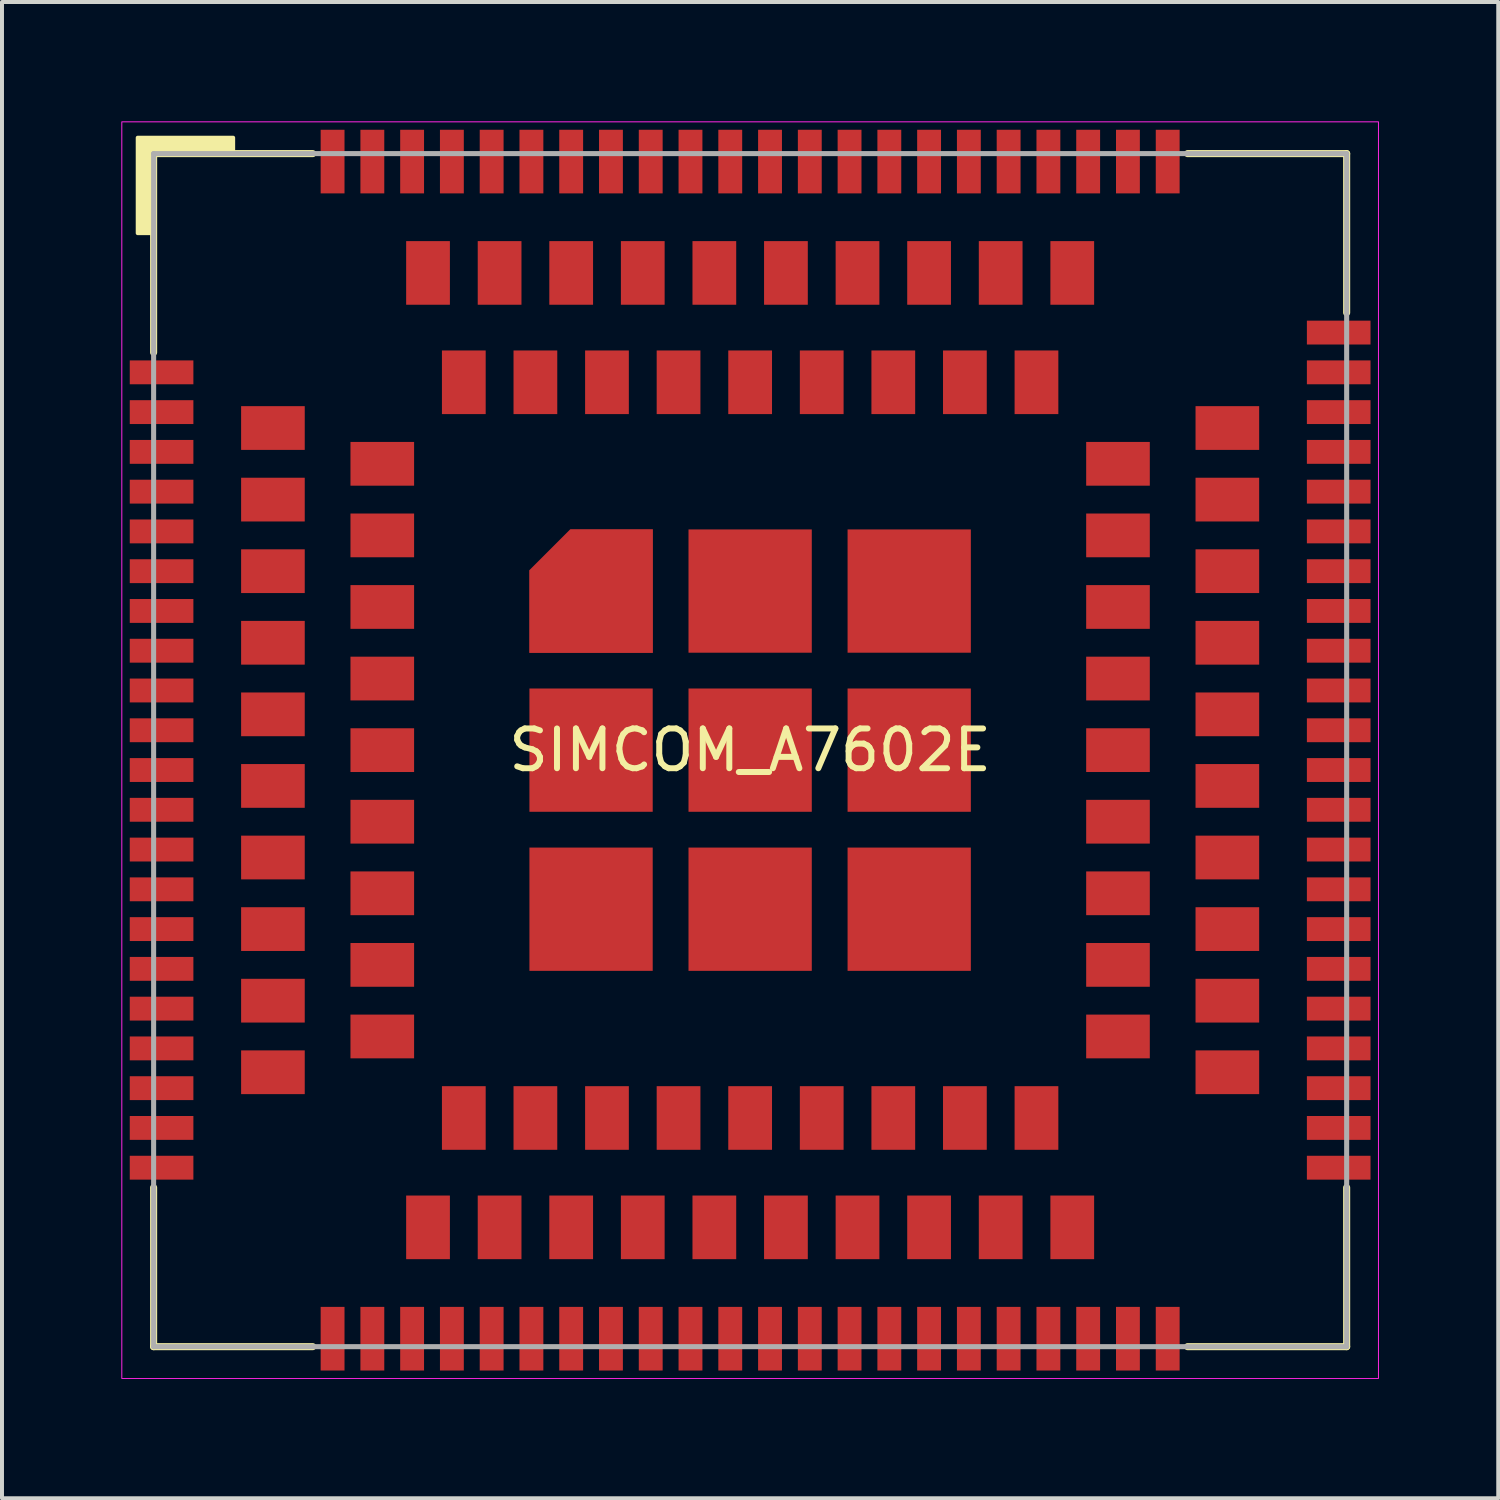
<source format=kicad_pcb>
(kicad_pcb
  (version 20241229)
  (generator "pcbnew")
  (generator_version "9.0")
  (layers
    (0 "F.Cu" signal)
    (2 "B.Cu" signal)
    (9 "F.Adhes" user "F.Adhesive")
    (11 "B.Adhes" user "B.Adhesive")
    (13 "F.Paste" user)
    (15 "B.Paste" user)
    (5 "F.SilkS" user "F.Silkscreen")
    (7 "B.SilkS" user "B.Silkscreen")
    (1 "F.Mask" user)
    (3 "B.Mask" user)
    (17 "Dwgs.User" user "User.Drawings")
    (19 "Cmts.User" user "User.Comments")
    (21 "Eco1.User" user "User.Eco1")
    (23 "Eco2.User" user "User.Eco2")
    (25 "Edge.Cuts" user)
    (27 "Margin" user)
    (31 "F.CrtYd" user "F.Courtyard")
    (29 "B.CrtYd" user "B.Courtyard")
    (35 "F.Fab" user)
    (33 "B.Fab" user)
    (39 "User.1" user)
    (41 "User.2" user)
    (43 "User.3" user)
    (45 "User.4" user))
  (footprint "SIMCOM_A7602E"
    (layer "F.Cu")
    (at 15.813 15.813)
    (property "Reference" "SIMCOM_A7602E" (at 0 0 0) (layer "F.SilkS") (effects (font (size 1 1) (thickness 0.15))))
    (attr smd)
    (fp_line (start -15 -15) (end -11 -15) (stroke (width 0.178) (type solid)) (layer "F.SilkS"))
    (fp_line (start -15 -10) (end -15 -15) (stroke (width 0.178) (type solid)) (layer "F.SilkS"))
    (fp_line (start -15 15) (end -15 11) (stroke (width 0.178) (type solid)) (layer "F.SilkS"))
    (fp_line (start -11 15) (end -15 15) (stroke (width 0.178) (type solid)) (layer "F.SilkS"))
    (fp_line (start 11 -15) (end 15 -15) (stroke (width 0.178) (type solid)) (layer "F.SilkS"))
    (fp_line (start 15 -15) (end 15 -11) (stroke (width 0.178) (type solid)) (layer "F.SilkS"))
    (fp_line (start 15 15) (end 11 15) (stroke (width 0.178) (type solid)) (layer "F.SilkS"))
    (fp_line (start 15 15) (end 15 11) (stroke (width 0.178) (type solid)) (layer "F.SilkS"))
    (fp_poly (pts (xy -15 -13) (xy -15.4 -13) (xy -15.4 -15.4) (xy -13 -15.4) (xy -13 -15) (xy -15 -15)) (stroke (width 0.1) (type solid)) (fill yes) (layer "F.SilkS"))
    (fp_rect (start -15.8 -15.8) (end 15.8 15.8) (stroke (width 0.025) (type solid)) (fill no) (layer "F.CrtYd"))
    (fp_line (start -15 -15) (end 15 -15) (stroke (width 0.127) (type solid)) (layer "F.Fab"))
    (fp_line (start -15 15) (end -15 -15) (stroke (width 0.127) (type solid)) (layer "F.Fab"))
    (fp_line (start 15 -15) (end 15 15) (stroke (width 0.127) (type solid)) (layer "F.Fab"))
    (fp_line (start 15 15) (end -15 15) (stroke (width 0.127) (type solid)) (layer "F.Fab"))
    (pad "1" smd rect (at -14.8 -9.5) (size 1.6 0.6) (layers "F.Cu" "F.Mask" "F.Paste"))
    (pad "2" smd rect (at -14.8 -8.5) (size 1.6 0.6) (layers "F.Cu" "F.Mask" "F.Paste"))
    (pad "3" smd rect (at -14.8 -7.5) (size 1.6 0.6) (layers "F.Cu" "F.Mask" "F.Paste"))
    (pad "4" smd rect (at -14.8 -6.5) (size 1.6 0.6) (layers "F.Cu" "F.Mask" "F.Paste"))
    (pad "5" smd rect (at -14.8 -5.5) (size 1.6 0.6) (layers "F.Cu" "F.Mask" "F.Paste"))
    (pad "6" smd rect (at -14.8 -4.5) (size 1.6 0.6) (layers "F.Cu" "F.Mask" "F.Paste"))
    (pad "7" smd rect (at -14.8 -3.5) (size 1.6 0.6) (layers "F.Cu" "F.Mask" "F.Paste"))
    (pad "8" smd rect (at -14.8 -2.5) (size 1.6 0.6) (layers "F.Cu" "F.Mask" "F.Paste"))
    (pad "9" smd rect (at -14.8 -1.5) (size 1.6 0.6) (layers "F.Cu" "F.Mask" "F.Paste"))
    (pad "10" smd rect (at -14.8 -0.5) (size 1.6 0.6) (layers "F.Cu" "F.Mask" "F.Paste"))
    (pad "11" smd rect (at -14.8 0.5) (size 1.6 0.6) (layers "F.Cu" "F.Mask" "F.Paste"))
    (pad "12" smd rect (at -14.8 1.5) (size 1.6 0.6) (layers "F.Cu" "F.Mask" "F.Paste"))
    (pad "13" smd rect (at -14.8 2.5) (size 1.6 0.6) (layers "F.Cu" "F.Mask" "F.Paste"))
    (pad "14" smd rect (at -14.8 3.5) (size 1.6 0.6) (layers "F.Cu" "F.Mask" "F.Paste"))
    (pad "15" smd rect (at -14.8 4.5) (size 1.6 0.6) (layers "F.Cu" "F.Mask" "F.Paste"))
    (pad "16" smd rect (at -14.8 5.5) (size 1.6 0.6) (layers "F.Cu" "F.Mask" "F.Paste"))
    (pad "17" smd rect (at -14.8 6.5) (size 1.6 0.6) (layers "F.Cu" "F.Mask" "F.Paste"))
    (pad "18" smd rect (at -14.8 7.5) (size 1.6 0.6) (layers "F.Cu" "F.Mask" "F.Paste"))
    (pad "19" smd rect (at -14.8 8.5) (size 1.6 0.6) (layers "F.Cu" "F.Mask" "F.Paste"))
    (pad "20" smd rect (at -14.8 9.5) (size 1.6 0.6) (layers "F.Cu" "F.Mask" "F.Paste"))
    (pad "21" smd rect (at -9.5 14.8) (size 0.6 1.6) (layers "F.Cu" "F.Mask" "F.Paste"))
    (pad "22" smd rect (at -8.5 14.8) (size 0.6 1.6) (layers "F.Cu" "F.Mask" "F.Paste"))
    (pad "23" smd rect (at -7.5 14.8) (size 0.6 1.6) (layers "F.Cu" "F.Mask" "F.Paste"))
    (pad "24" smd rect (at -6.5 14.8) (size 0.6 1.6) (layers "F.Cu" "F.Mask" "F.Paste"))
    (pad "25" smd rect (at -5.5 14.8) (size 0.6 1.6) (layers "F.Cu" "F.Mask" "F.Paste"))
    (pad "26" smd rect (at -4.5 14.8) (size 0.6 1.6) (layers "F.Cu" "F.Mask" "F.Paste"))
    (pad "27" smd rect (at -3.5 14.8) (size 0.6 1.6) (layers "F.Cu" "F.Mask" "F.Paste"))
    (pad "28" smd rect (at -2.5 14.8) (size 0.6 1.6) (layers "F.Cu" "F.Mask" "F.Paste"))
    (pad "29" smd rect (at -1.5 14.8) (size 0.6 1.6) (layers "F.Cu" "F.Mask" "F.Paste"))
    (pad "30" smd rect (at -0.5 14.8) (size 0.6 1.6) (layers "F.Cu" "F.Mask" "F.Paste"))
    (pad "31" smd rect (at 0.5 14.8) (size 0.6 1.6) (layers "F.Cu" "F.Mask" "F.Paste"))
    (pad "32" smd rect (at 1.5 14.8) (size 0.6 1.6) (layers "F.Cu" "F.Mask" "F.Paste"))
    (pad "33" smd rect (at 2.5 14.8) (size 0.6 1.6) (layers "F.Cu" "F.Mask" "F.Paste"))
    (pad "34" smd rect (at 3.5 14.8) (size 0.6 1.6) (layers "F.Cu" "F.Mask" "F.Paste"))
    (pad "35" smd rect (at 4.5 14.8) (size 0.6 1.6) (layers "F.Cu" "F.Mask" "F.Paste"))
    (pad "36" smd rect (at 5.5 14.8) (size 0.6 1.6) (layers "F.Cu" "F.Mask" "F.Paste"))
    (pad "37" smd rect (at 6.5 14.8) (size 0.6 1.6) (layers "F.Cu" "F.Mask" "F.Paste"))
    (pad "38" smd rect (at 7.5 14.8) (size 0.6 1.6) (layers "F.Cu" "F.Mask" "F.Paste"))
    (pad "39" smd rect (at 8.5 14.8) (size 0.6 1.6) (layers "F.Cu" "F.Mask" "F.Paste"))
    (pad "40" smd rect (at 9.5 14.8) (size 0.6 1.6) (layers "F.Cu" "F.Mask" "F.Paste"))
    (pad "41" smd rect (at 14.8 9.5) (size 1.6 0.6) (layers "F.Cu" "F.Mask" "F.Paste"))
    (pad "42" smd rect (at 14.8 8.5) (size 1.6 0.6) (layers "F.Cu" "F.Mask" "F.Paste"))
    (pad "43" smd rect (at 14.8 7.5) (size 1.6 0.6) (layers "F.Cu" "F.Mask" "F.Paste"))
    (pad "44" smd rect (at 14.8 6.5) (size 1.6 0.6) (layers "F.Cu" "F.Mask" "F.Paste"))
    (pad "45" smd rect (at 14.8 5.5) (size 1.6 0.6) (layers "F.Cu" "F.Mask" "F.Paste"))
    (pad "46" smd rect (at 14.8 4.5) (size 1.6 0.6) (layers "F.Cu" "F.Mask" "F.Paste"))
    (pad "47" smd rect (at 14.8 3.5) (size 1.6 0.6) (layers "F.Cu" "F.Mask" "F.Paste"))
    (pad "48" smd rect (at 14.8 2.5) (size 1.6 0.6) (layers "F.Cu" "F.Mask" "F.Paste"))
    (pad "49" smd rect (at 14.8 1.5) (size 1.6 0.6) (layers "F.Cu" "F.Mask" "F.Paste"))
    (pad "50" smd rect (at 14.8 0.5) (size 1.6 0.6) (layers "F.Cu" "F.Mask" "F.Paste"))
    (pad "51" smd rect (at 14.8 -0.5) (size 1.6 0.6) (layers "F.Cu" "F.Mask" "F.Paste"))
    (pad "52" smd rect (at 14.8 -1.5) (size 1.6 0.6) (layers "F.Cu" "F.Mask" "F.Paste"))
    (pad "53" smd rect (at 14.8 -2.5) (size 1.6 0.6) (layers "F.Cu" "F.Mask" "F.Paste"))
    (pad "54" smd rect (at 14.8 -3.5) (size 1.6 0.6) (layers "F.Cu" "F.Mask" "F.Paste"))
    (pad "55" smd rect (at 14.8 -4.5) (size 1.6 0.6) (layers "F.Cu" "F.Mask" "F.Paste"))
    (pad "56" smd rect (at 14.8 -5.5) (size 1.6 0.6) (layers "F.Cu" "F.Mask" "F.Paste"))
    (pad "57" smd rect (at 14.8 -6.5) (size 1.6 0.6) (layers "F.Cu" "F.Mask" "F.Paste"))
    (pad "58" smd rect (at 14.8 -7.5) (size 1.6 0.6) (layers "F.Cu" "F.Mask" "F.Paste"))
    (pad "59" smd rect (at 14.8 -8.5) (size 1.6 0.6) (layers "F.Cu" "F.Mask" "F.Paste"))
    (pad "60" smd rect (at 14.8 -9.5) (size 1.6 0.6) (layers "F.Cu" "F.Mask" "F.Paste"))
    (pad "61" smd rect (at 9.5 -14.8) (size 0.6 1.6) (layers "F.Cu" "F.Mask" "F.Paste"))
    (pad "62" smd rect (at 8.5 -14.8) (size 0.6 1.6) (layers "F.Cu" "F.Mask" "F.Paste"))
    (pad "63" smd rect (at 7.5 -14.8) (size 0.6 1.6) (layers "F.Cu" "F.Mask" "F.Paste"))
    (pad "64" smd rect (at 6.5 -14.8) (size 0.6 1.6) (layers "F.Cu" "F.Mask" "F.Paste"))
    (pad "65" smd rect (at 5.5 -14.8) (size 0.6 1.6) (layers "F.Cu" "F.Mask" "F.Paste"))
    (pad "66" smd rect (at 4.5 -14.8) (size 0.6 1.6) (layers "F.Cu" "F.Mask" "F.Paste"))
    (pad "67" smd rect (at 3.5 -14.8) (size 0.6 1.6) (layers "F.Cu" "F.Mask" "F.Paste"))
    (pad "68" smd rect (at 2.5 -14.8) (size 0.6 1.6) (layers "F.Cu" "F.Mask" "F.Paste"))
    (pad "69" smd rect (at 1.5 -14.8) (size 0.6 1.6) (layers "F.Cu" "F.Mask" "F.Paste"))
    (pad "70" smd rect (at 0.5 -14.8) (size 0.6 1.6) (layers "F.Cu" "F.Mask" "F.Paste"))
    (pad "71" smd rect (at -0.5 -14.8) (size 0.6 1.6) (layers "F.Cu" "F.Mask" "F.Paste"))
    (pad "72" smd rect (at -1.5 -14.8) (size 0.6 1.6) (layers "F.Cu" "F.Mask" "F.Paste"))
    (pad "73" smd rect (at -2.5 -14.8) (size 0.6 1.6) (layers "F.Cu" "F.Mask" "F.Paste"))
    (pad "74" smd rect (at -3.5 -14.8) (size 0.6 1.6) (layers "F.Cu" "F.Mask" "F.Paste"))
    (pad "75" smd rect (at -4.5 -14.8) (size 0.6 1.6) (layers "F.Cu" "F.Mask" "F.Paste"))
    (pad "76" smd rect (at -5.5 -14.8) (size 0.6 1.6) (layers "F.Cu" "F.Mask" "F.Paste"))
    (pad "77" smd rect (at -6.5 -14.8) (size 0.6 1.6) (layers "F.Cu" "F.Mask" "F.Paste"))
    (pad "78" smd rect (at -7.5 -14.8) (size 0.6 1.6) (layers "F.Cu" "F.Mask" "F.Paste"))
    (pad "79" smd rect (at -8.5 -14.8) (size 0.6 1.6) (layers "F.Cu" "F.Mask" "F.Paste"))
    (pad "80" smd rect (at -9.5 -14.8) (size 0.6 1.6) (layers "F.Cu" "F.Mask" "F.Paste"))
    (pad "81" smd rect (at -14.8 10.5) (size 1.6 0.6) (layers "F.Cu" "F.Mask" "F.Paste"))
    (pad "82" smd rect (at 14.8 10.5) (size 1.6 0.6) (layers "F.Cu" "F.Mask" "F.Paste"))
    (pad "83" smd rect (at 10.5 14.8) (size 0.6 1.6) (layers "F.Cu" "F.Mask" "F.Paste"))
    (pad "84" smd rect (at -10.5 14.8) (size 0.6 1.6) (layers "F.Cu" "F.Mask" "F.Paste"))
    (pad "85" smd rect (at 14.8 -10.5) (size 1.6 0.6) (layers "F.Cu" "F.Mask" "F.Paste"))
    (pad "86" smd rect (at -10.5 -14.8) (size 0.6 1.6) (layers "F.Cu" "F.Mask" "F.Paste"))
    (pad "87" smd rect (at 10.5 -14.8) (size 0.6 1.6) (layers "F.Cu" "F.Mask" "F.Paste"))
    (pad "88" smd rect (at -12 -6.3) (size 1.6 1.1) (layers "F.Cu" "F.Mask" "F.Paste"))
    (pad "89" smd rect (at -12 -4.5) (size 1.6 1.1) (layers "F.Cu" "F.Mask" "F.Paste"))
    (pad "90" smd rect (at -12 -2.7) (size 1.6 1.1) (layers "F.Cu" "F.Mask" "F.Paste"))
    (pad "91" smd rect (at -12 -0.9) (size 1.6 1.1) (layers "F.Cu" "F.Mask" "F.Paste"))
    (pad "92" smd rect (at -12 0.9) (size 1.6 1.1) (layers "F.Cu" "F.Mask" "F.Paste"))
    (pad "93" smd rect (at -12 2.7) (size 1.6 1.1) (layers "F.Cu" "F.Mask" "F.Paste"))
    (pad "94" smd rect (at -12 4.5) (size 1.6 1.1) (layers "F.Cu" "F.Mask" "F.Paste"))
    (pad "95" smd rect (at -12 6.3) (size 1.6 1.1) (layers "F.Cu" "F.Mask" "F.Paste"))
    (pad "96" smd rect (at -6.3 12) (size 1.1 1.6) (layers "F.Cu" "F.Mask" "F.Paste"))
    (pad "97" smd rect (at -4.5 12) (size 1.1 1.6) (layers "F.Cu" "F.Mask" "F.Paste"))
    (pad "98" smd rect (at -2.7 12) (size 1.1 1.6) (layers "F.Cu" "F.Mask" "F.Paste"))
    (pad "99" smd rect (at -0.9 12) (size 1.1 1.6) (layers "F.Cu" "F.Mask" "F.Paste"))
    (pad "100" smd rect (at 0.9 12) (size 1.1 1.6) (layers "F.Cu" "F.Mask" "F.Paste"))
    (pad "101" smd rect (at 2.7 12) (size 1.1 1.6) (layers "F.Cu" "F.Mask" "F.Paste"))
    (pad "102" smd rect (at 4.5 12) (size 1.1 1.6) (layers "F.Cu" "F.Mask" "F.Paste"))
    (pad "103" smd rect (at 6.3 12) (size 1.1 1.6) (layers "F.Cu" "F.Mask" "F.Paste"))
    (pad "104" smd rect (at 12 6.3) (size 1.6 1.1) (layers "F.Cu" "F.Mask" "F.Paste"))
    (pad "105" smd rect (at 12 4.5) (size 1.6 1.1) (layers "F.Cu" "F.Mask" "F.Paste"))
    (pad "106" smd rect (at 12 2.7) (size 1.6 1.1) (layers "F.Cu" "F.Mask" "F.Paste"))
    (pad "107" smd rect (at 12 0.9) (size 1.6 1.1) (layers "F.Cu" "F.Mask" "F.Paste"))
    (pad "108" smd rect (at 12 -0.9) (size 1.6 1.1) (layers "F.Cu" "F.Mask" "F.Paste"))
    (pad "109" smd rect (at 12 -2.7) (size 1.6 1.1) (layers "F.Cu" "F.Mask" "F.Paste"))
    (pad "110" smd rect (at 12 -4.5) (size 1.6 1.1) (layers "F.Cu" "F.Mask" "F.Paste"))
    (pad "111" smd rect (at 12 -6.3) (size 1.6 1.1) (layers "F.Cu" "F.Mask" "F.Paste"))
    (pad "112" smd rect (at 6.3 -12) (size 1.1 1.6) (layers "F.Cu" "F.Mask" "F.Paste"))
    (pad "113" smd rect (at 4.5 -12) (size 1.1 1.6) (layers "F.Cu" "F.Mask" "F.Paste"))
    (pad "114" smd rect (at 2.7 -12) (size 1.1 1.6) (layers "F.Cu" "F.Mask" "F.Paste"))
    (pad "115" smd rect (at 0.9 -12) (size 1.1 1.6) (layers "F.Cu" "F.Mask" "F.Paste"))
    (pad "116" smd rect (at -0.9 -12) (size 1.1 1.6) (layers "F.Cu" "F.Mask" "F.Paste"))
    (pad "117" smd rect (at -2.7 -12) (size 1.1 1.6) (layers "F.Cu" "F.Mask" "F.Paste"))
    (pad "118" smd rect (at -4.5 -12) (size 1.1 1.6) (layers "F.Cu" "F.Mask" "F.Paste"))
    (pad "119" smd rect (at -6.3 -12) (size 1.1 1.6) (layers "F.Cu" "F.Mask" "F.Paste"))
    (pad "120" smd rect (at -12 -8.1) (size 1.6 1.1) (layers "F.Cu" "F.Mask" "F.Paste"))
    (pad "121" smd rect (at -12 8.1) (size 1.6 1.1) (layers "F.Cu" "F.Mask" "F.Paste"))
    (pad "122" smd rect (at -8.1 12) (size 1.1 1.6) (layers "F.Cu" "F.Mask" "F.Paste"))
    (pad "123" smd rect (at 8.1 12) (size 1.1 1.6) (layers "F.Cu" "F.Mask" "F.Paste"))
    (pad "124" smd rect (at 12 8.1) (size 1.6 1.1) (layers "F.Cu" "F.Mask" "F.Paste"))
    (pad "125" smd rect (at 12 -8.1) (size 1.6 1.1) (layers "F.Cu" "F.Mask" "F.Paste"))
    (pad "126" smd rect (at 8.1 -12) (size 1.1 1.6) (layers "F.Cu" "F.Mask" "F.Paste"))
    (pad "127" smd rect (at -8.1 -12) (size 1.1 1.6) (layers "F.Cu" "F.Mask" "F.Paste"))
    (pad "128" smd rect (at -9.25 -7.2) (size 1.6 1.1) (layers "F.Cu" "F.Mask" "F.Paste"))
    (pad "129" smd rect (at -9.25 -5.4) (size 1.6 1.1) (layers "F.Cu" "F.Mask" "F.Paste"))
    (pad "130" smd rect (at -9.25 -3.6) (size 1.6 1.1) (layers "F.Cu" "F.Mask" "F.Paste"))
    (pad "131" smd rect (at -9.25 -1.8) (size 1.6 1.1) (layers "F.Cu" "F.Mask" "F.Paste"))
    (pad "132" smd rect (at -9.25 0) (size 1.6 1.1) (layers "F.Cu" "F.Mask" "F.Paste"))
    (pad "133" smd rect (at -9.25 1.8) (size 1.6 1.1) (layers "F.Cu" "F.Mask" "F.Paste"))
    (pad "134" smd rect (at -9.25 3.6) (size 1.6 1.1) (layers "F.Cu" "F.Mask" "F.Paste"))
    (pad "135" smd rect (at -9.25 5.4) (size 1.6 1.1) (layers "F.Cu" "F.Mask" "F.Paste"))
    (pad "136" smd rect (at -9.25 7.2) (size 1.6 1.1) (layers "F.Cu" "F.Mask" "F.Paste"))
    (pad "137" smd rect (at -7.2 9.25) (size 1.1 1.6) (layers "F.Cu" "F.Mask" "F.Paste"))
    (pad "138" smd rect (at -5.4 9.25) (size 1.1 1.6) (layers "F.Cu" "F.Mask" "F.Paste"))
    (pad "139" smd rect (at -3.6 9.25) (size 1.1 1.6) (layers "F.Cu" "F.Mask" "F.Paste"))
    (pad "140" smd rect (at -1.8 9.25) (size 1.1 1.6) (layers "F.Cu" "F.Mask" "F.Paste"))
    (pad "141" smd rect (at 0 9.25) (size 1.1 1.6) (layers "F.Cu" "F.Mask" "F.Paste"))
    (pad "142" smd rect (at 1.8 9.25) (size 1.1 1.6) (layers "F.Cu" "F.Mask" "F.Paste"))
    (pad "143" smd rect (at 3.6 9.25) (size 1.1 1.6) (layers "F.Cu" "F.Mask" "F.Paste"))
    (pad "144" smd rect (at 5.4 9.25) (size 1.1 1.6) (layers "F.Cu" "F.Mask" "F.Paste"))
    (pad "145" smd rect (at 7.2 9.25) (size 1.1 1.6) (layers "F.Cu" "F.Mask" "F.Paste"))
    (pad "146" smd rect (at 9.25 7.2) (size 1.6 1.1) (layers "F.Cu" "F.Mask" "F.Paste"))
    (pad "147" smd rect (at 9.25 5.4) (size 1.6 1.1) (layers "F.Cu" "F.Mask" "F.Paste"))
    (pad "148" smd rect (at 9.25 3.6) (size 1.6 1.1) (layers "F.Cu" "F.Mask" "F.Paste"))
    (pad "149" smd rect (at 9.25 1.8) (size 1.6 1.1) (layers "F.Cu" "F.Mask" "F.Paste"))
    (pad "150" smd rect (at 9.25 0) (size 1.6 1.1) (layers "F.Cu" "F.Mask" "F.Paste"))
    (pad "151" smd rect (at 9.25 -1.8) (size 1.6 1.1) (layers "F.Cu" "F.Mask" "F.Paste"))
    (pad "152" smd rect (at 9.25 -3.6) (size 1.6 1.1) (layers "F.Cu" "F.Mask" "F.Paste"))
    (pad "153" smd rect (at 9.25 -5.4) (size 1.6 1.1) (layers "F.Cu" "F.Mask" "F.Paste"))
    (pad "154" smd rect (at 9.25 -7.2) (size 1.6 1.1) (layers "F.Cu" "F.Mask" "F.Paste"))
    (pad "155" smd rect (at 7.2 -9.25) (size 1.1 1.6) (layers "F.Cu" "F.Mask" "F.Paste"))
    (pad "156" smd rect (at 5.4 -9.25) (size 1.1 1.6) (layers "F.Cu" "F.Mask" "F.Paste"))
    (pad "157" smd rect (at 3.6 -9.25) (size 1.1 1.6) (layers "F.Cu" "F.Mask" "F.Paste"))
    (pad "158" smd rect (at 1.8 -9.25) (size 1.1 1.6) (layers "F.Cu" "F.Mask" "F.Paste"))
    (pad "159" smd rect (at 0 -9.25) (size 1.1 1.6) (layers "F.Cu" "F.Mask" "F.Paste"))
    (pad "160" smd rect (at -1.8 -9.25) (size 1.1 1.6) (layers "F.Cu" "F.Mask" "F.Paste"))
    (pad "161" smd rect (at -3.6 -9.25) (size 1.1 1.6) (layers "F.Cu" "F.Mask" "F.Paste"))
    (pad "162" smd rect (at -5.4 -9.25) (size 1.1 1.6) (layers "F.Cu" "F.Mask" "F.Paste"))
    (pad "163" smd rect (at -7.2 -9.25) (size 1.1 1.6) (layers "F.Cu" "F.Mask" "F.Paste"))
    (pad "164" smd custom (at -4 -4) (size 1 1) (layers "F.Cu" "F.Mask" "F.Paste") (options (anchor rect)) (primitives (gr_poly (pts (xy 1.55 1.55) (xy -1.55 1.55) (xy -1.55 -0.52) (xy -0.52 -1.55) (xy 1.55 -1.55)) (width 0.01) (fill yes))))
    (pad "165" smd rect (at 0 -4) (size 3.1 3.1) (layers "F.Cu" "F.Mask" "F.Paste"))
    (pad "166" smd rect (at 4 -4) (size 3.1 3.1) (layers "F.Cu" "F.Mask" "F.Paste"))
    (pad "167" smd rect (at -4 0) (size 3.1 3.1) (layers "F.Cu" "F.Mask" "F.Paste"))
    (pad "168" smd rect (at 0 0) (size 3.1 3.1) (layers "F.Cu" "F.Mask" "F.Paste"))
    (pad "169" smd rect (at 4 0) (size 3.1 3.1) (layers "F.Cu" "F.Mask" "F.Paste"))
    (pad "170" smd rect (at -4 4) (size 3.1 3.1) (layers "F.Cu" "F.Mask" "F.Paste"))
    (pad "171" smd rect (at 0 4) (size 3.1 3.1) (layers "F.Cu" "F.Mask" "F.Paste"))
    (pad "172" smd rect (at 4 4) (size 3.1 3.1) (layers "F.Cu" "F.Mask" "F.Paste")))
  (gr_rect
    (start -3 -3)
    (end 34.625 34.625)
    (stroke (width 0.1) (type default))
    (fill no)
    (layer "Edge.Cuts")))
</source>
